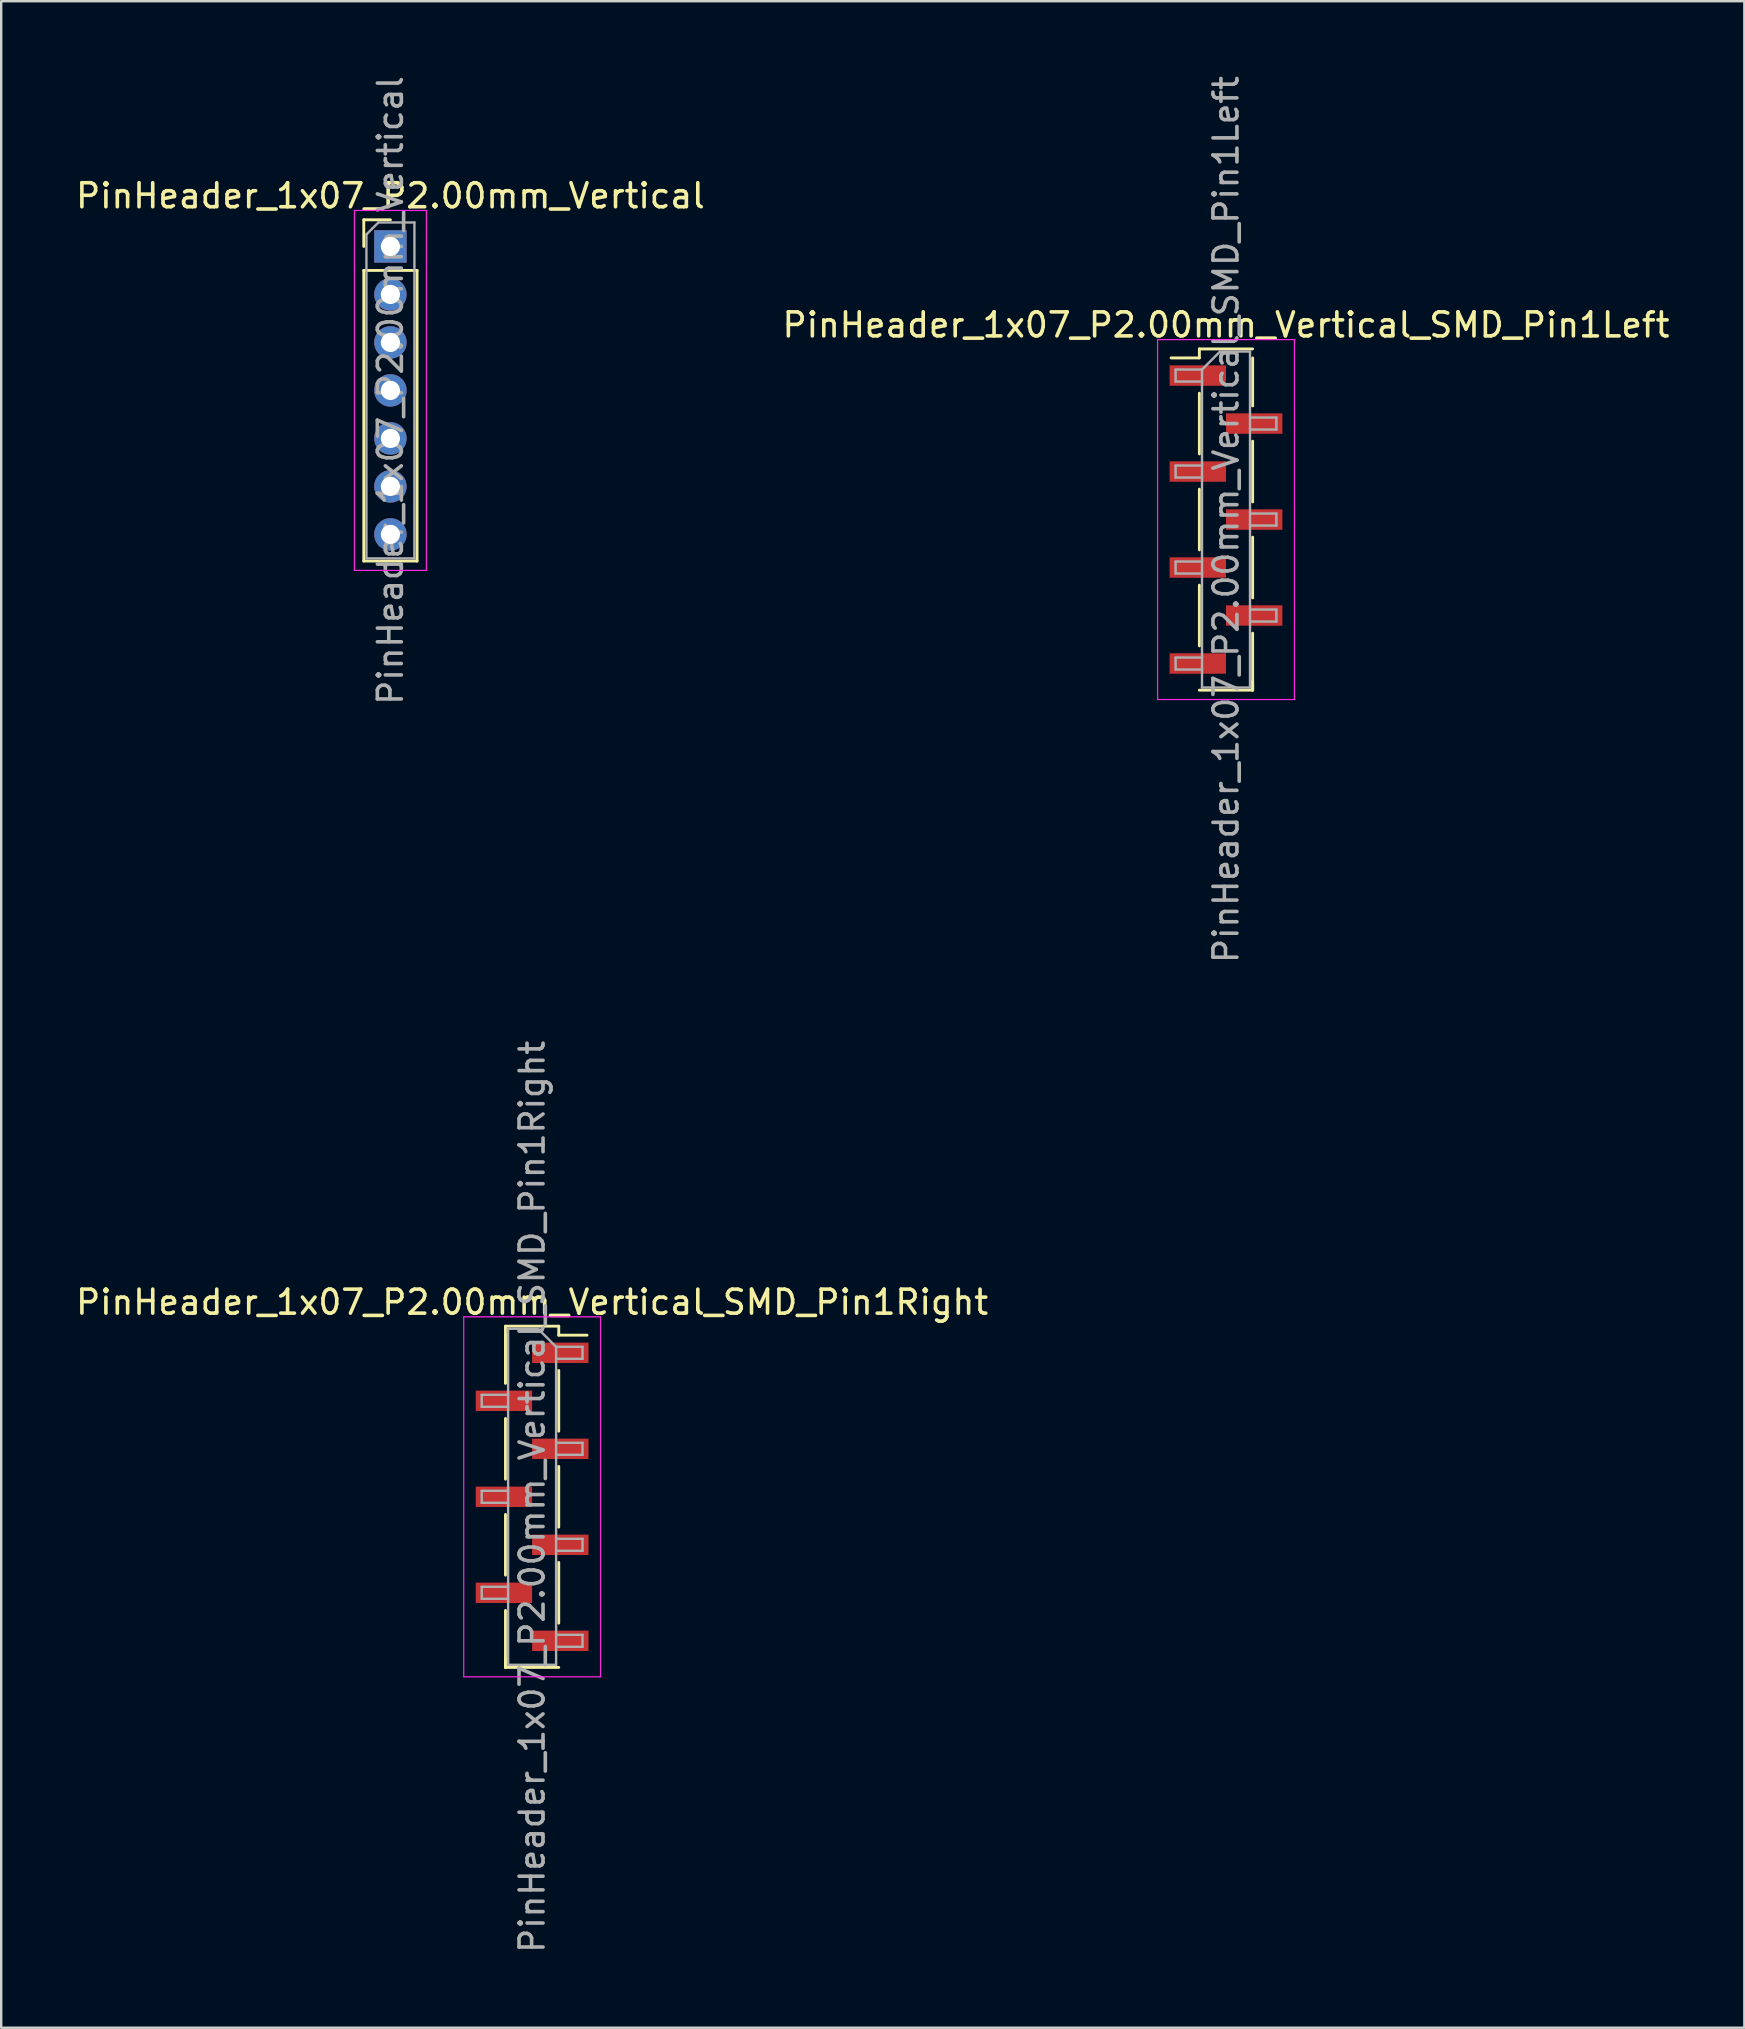
<source format=kicad_pcb>
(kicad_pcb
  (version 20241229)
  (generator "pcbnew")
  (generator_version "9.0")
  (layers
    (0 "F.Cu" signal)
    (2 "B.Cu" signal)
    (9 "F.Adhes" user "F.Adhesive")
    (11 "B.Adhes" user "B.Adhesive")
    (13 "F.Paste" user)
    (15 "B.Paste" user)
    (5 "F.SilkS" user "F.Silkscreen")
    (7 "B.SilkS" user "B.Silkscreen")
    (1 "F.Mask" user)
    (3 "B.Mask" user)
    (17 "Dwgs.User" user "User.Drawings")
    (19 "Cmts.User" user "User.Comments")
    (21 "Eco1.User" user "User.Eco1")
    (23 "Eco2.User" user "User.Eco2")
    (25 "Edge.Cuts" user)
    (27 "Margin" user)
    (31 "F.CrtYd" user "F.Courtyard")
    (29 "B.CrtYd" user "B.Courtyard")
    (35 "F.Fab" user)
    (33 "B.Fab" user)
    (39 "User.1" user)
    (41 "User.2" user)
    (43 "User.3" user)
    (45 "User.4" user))
  (footprint "PinHeader_1x07_P2.00mm_Vertical_SMD_Pin1Left"
    (layer "F.Cu")
    (at 48.042 18.601)
    (property "Reference" "PinHeader_1x07_P2.00mm_Vertical_SMD_Pin1Left" (at 0 -8.11 0) (layer "F.SilkS") (effects (font (size 1 1) (thickness 0.15))))
    (attr smd)
    (fp_line (start -1.11 -7.11) (end -1.11 -6.735) (stroke (width 0.12) (type solid)) (layer "F.SilkS"))
    (fp_line (start -1.11 -7.11) (end 1.11 -7.11) (stroke (width 0.12) (type solid)) (layer "F.SilkS"))
    (fp_line (start -1.11 -6.735) (end -2.29 -6.735) (stroke (width 0.12) (type solid)) (layer "F.SilkS"))
    (fp_line (start -1.11 -5.265) (end -1.11 -2.735) (stroke (width 0.12) (type solid)) (layer "F.SilkS"))
    (fp_line (start -1.11 -1.265) (end -1.11 1.265) (stroke (width 0.12) (type solid)) (layer "F.SilkS"))
    (fp_line (start -1.11 2.735) (end -1.11 5.265) (stroke (width 0.12) (type solid)) (layer "F.SilkS"))
    (fp_line (start -1.11 7.11) (end 1.11 7.11) (stroke (width 0.12) (type solid)) (layer "F.SilkS"))
    (fp_line (start 1.11 -6.735) (end 1.11 -4.735) (stroke (width 0.12) (type solid)) (layer "F.SilkS"))
    (fp_line (start 1.11 -3.265) (end 1.11 -0.735) (stroke (width 0.12) (type solid)) (layer "F.SilkS"))
    (fp_line (start 1.11 0.735) (end 1.11 3.265) (stroke (width 0.12) (type solid)) (layer "F.SilkS"))
    (fp_line (start 1.11 4.735) (end 1.11 7.11) (stroke (width 0.12) (type solid)) (layer "F.SilkS"))
    (fp_line (start 1.11 6.735) (end 1.11 7.11) (stroke (width 0.12) (type solid)) (layer "F.SilkS"))
    (fp_line (start -2.85 -7.5) (end -2.85 7.5) (stroke (width 0.05) (type solid)) (layer "F.CrtYd"))
    (fp_line (start -2.85 7.5) (end 2.85 7.5) (stroke (width 0.05) (type solid)) (layer "F.CrtYd"))
    (fp_line (start 2.85 -7.5) (end -2.85 -7.5) (stroke (width 0.05) (type solid)) (layer "F.CrtYd"))
    (fp_line (start 2.85 7.5) (end 2.85 -7.5) (stroke (width 0.05) (type solid)) (layer "F.CrtYd"))
    (fp_line (start -2.1 -6.25) (end -2.1 -5.75) (stroke (width 0.1) (type solid)) (layer "F.Fab"))
    (fp_line (start -2.1 -5.75) (end -1 -5.75) (stroke (width 0.1) (type solid)) (layer "F.Fab"))
    (fp_line (start -2.1 -2.25) (end -2.1 -1.75) (stroke (width 0.1) (type solid)) (layer "F.Fab"))
    (fp_line (start -2.1 -1.75) (end -1 -1.75) (stroke (width 0.1) (type solid)) (layer "F.Fab"))
    (fp_line (start -2.1 1.75) (end -2.1 2.25) (stroke (width 0.1) (type solid)) (layer "F.Fab"))
    (fp_line (start -2.1 2.25) (end -1 2.25) (stroke (width 0.1) (type solid)) (layer "F.Fab"))
    (fp_line (start -2.1 5.75) (end -2.1 6.25) (stroke (width 0.1) (type solid)) (layer "F.Fab"))
    (fp_line (start -2.1 6.25) (end -1 6.25) (stroke (width 0.1) (type solid)) (layer "F.Fab"))
    (fp_line (start -1 -6.25) (end -2.1 -6.25) (stroke (width 0.1) (type solid)) (layer "F.Fab"))
    (fp_line (start -1 -6.25) (end -0.25 -7) (stroke (width 0.1) (type solid)) (layer "F.Fab"))
    (fp_line (start -1 -2.25) (end -2.1 -2.25) (stroke (width 0.1) (type solid)) (layer "F.Fab"))
    (fp_line (start -1 1.75) (end -2.1 1.75) (stroke (width 0.1) (type solid)) (layer "F.Fab"))
    (fp_line (start -1 5.75) (end -2.1 5.75) (stroke (width 0.1) (type solid)) (layer "F.Fab"))
    (fp_line (start -1 7) (end -1 -6.25) (stroke (width 0.1) (type solid)) (layer "F.Fab"))
    (fp_line (start -0.25 -7) (end 1 -7) (stroke (width 0.1) (type solid)) (layer "F.Fab"))
    (fp_line (start 1 -7) (end 1 7) (stroke (width 0.1) (type solid)) (layer "F.Fab"))
    (fp_line (start 1 -4.25) (end 2.1 -4.25) (stroke (width 0.1) (type solid)) (layer "F.Fab"))
    (fp_line (start 1 -0.25) (end 2.1 -0.25) (stroke (width 0.1) (type solid)) (layer "F.Fab"))
    (fp_line (start 1 3.75) (end 2.1 3.75) (stroke (width 0.1) (type solid)) (layer "F.Fab"))
    (fp_line (start 1 7) (end -1 7) (stroke (width 0.1) (type solid)) (layer "F.Fab"))
    (fp_line (start 2.1 -4.25) (end 2.1 -3.75) (stroke (width 0.1) (type solid)) (layer "F.Fab"))
    (fp_line (start 2.1 -3.75) (end 1 -3.75) (stroke (width 0.1) (type solid)) (layer "F.Fab"))
    (fp_line (start 2.1 -0.25) (end 2.1 0.25) (stroke (width 0.1) (type solid)) (layer "F.Fab"))
    (fp_line (start 2.1 0.25) (end 1 0.25) (stroke (width 0.1) (type solid)) (layer "F.Fab"))
    (fp_line (start 2.1 3.75) (end 2.1 4.25) (stroke (width 0.1) (type solid)) (layer "F.Fab"))
    (fp_line (start 2.1 4.25) (end 1 4.25) (stroke (width 0.1) (type solid)) (layer "F.Fab"))
    (fp_text user "${REFERENCE}" (at 0 0 90) (layer "F.Fab") (effects (font (size 1 1) (thickness 0.15))))
    (pad "1" smd rect (at -1.175 -6) (size 2.35 0.85) (layers "F.Cu" "F.Mask" "F.Paste"))
    (pad "2" smd rect (at 1.175 -4) (size 2.35 0.85) (layers "F.Cu" "F.Mask" "F.Paste"))
    (pad "3" smd rect (at -1.175 -2) (size 2.35 0.85) (layers "F.Cu" "F.Mask" "F.Paste"))
    (pad "4" smd rect (at 1.175 0) (size 2.35 0.85) (layers "F.Cu" "F.Mask" "F.Paste"))
    (pad "5" smd rect (at -1.175 2) (size 2.35 0.85) (layers "F.Cu" "F.Mask" "F.Paste"))
    (pad "6" smd rect (at 1.175 4) (size 2.35 0.85) (layers "F.Cu" "F.Mask" "F.Paste"))
    (pad "7" smd rect (at -1.175 6) (size 2.35 0.85) (layers "F.Cu" "F.Mask" "F.Paste")))
  (footprint "PinHeader_1x07_P2.00mm_Vertical"
    (layer "F.Cu")
    (at 13.22 7.22)
    (property "Reference" "PinHeader_1x07_P2.00mm_Vertical" (at 0 -2.11 0) (layer "F.SilkS") (effects (font (size 1 1) (thickness 0.15))))
    (attr through_hole)
    (fp_line (start -1.11 -1.11) (end 0 -1.11) (stroke (width 0.12) (type solid)) (layer "F.SilkS"))
    (fp_line (start -1.11 0) (end -1.11 -1.11) (stroke (width 0.12) (type solid)) (layer "F.SilkS"))
    (fp_line (start -1.11 1) (end -1.11 13.11) (stroke (width 0.12) (type solid)) (layer "F.SilkS"))
    (fp_line (start -1.11 1) (end 1.11 1) (stroke (width 0.12) (type solid)) (layer "F.SilkS"))
    (fp_line (start -1.11 13.11) (end 1.11 13.11) (stroke (width 0.12) (type solid)) (layer "F.SilkS"))
    (fp_line (start 1.11 1) (end 1.11 13.11) (stroke (width 0.12) (type solid)) (layer "F.SilkS"))
    (fp_line (start -1.5 -1.5) (end -1.5 13.5) (stroke (width 0.05) (type solid)) (layer "F.CrtYd"))
    (fp_line (start -1.5 13.5) (end 1.5 13.5) (stroke (width 0.05) (type solid)) (layer "F.CrtYd"))
    (fp_line (start 1.5 -1.5) (end -1.5 -1.5) (stroke (width 0.05) (type solid)) (layer "F.CrtYd"))
    (fp_line (start 1.5 13.5) (end 1.5 -1.5) (stroke (width 0.05) (type solid)) (layer "F.CrtYd"))
    (fp_line (start -1 -0.5) (end -0.5 -1) (stroke (width 0.1) (type solid)) (layer "F.Fab"))
    (fp_line (start -1 13) (end -1 -0.5) (stroke (width 0.1) (type solid)) (layer "F.Fab"))
    (fp_line (start -0.5 -1) (end 1 -1) (stroke (width 0.1) (type solid)) (layer "F.Fab"))
    (fp_line (start 1 -1) (end 1 13) (stroke (width 0.1) (type solid)) (layer "F.Fab"))
    (fp_line (start 1 13) (end -1 13) (stroke (width 0.1) (type solid)) (layer "F.Fab"))
    (fp_text user "${REFERENCE}" (at 0 6 90) (layer "F.Fab") (effects (font (size 1 1) (thickness 0.15))))
    (pad "1" thru_hole rect (at 0 0) (size 1.35 1.35) (drill 0.8) (layers "*.Cu" "*.Mask"))
    (pad "2" thru_hole circle (at 0 2) (size 1.35 1.35) (drill 0.8) (layers "*.Cu" "*.Mask"))
    (pad "3" thru_hole circle (at 0 4) (size 1.35 1.35) (drill 0.8) (layers "*.Cu" "*.Mask"))
    (pad "4" thru_hole circle (at 0 6) (size 1.35 1.35) (drill 0.8) (layers "*.Cu" "*.Mask"))
    (pad "5" thru_hole circle (at 0 8) (size 1.35 1.35) (drill 0.8) (layers "*.Cu" "*.Mask"))
    (pad "6" thru_hole circle (at 0 10) (size 1.35 1.35) (drill 0.8) (layers "*.Cu" "*.Mask"))
    (pad "7" thru_hole circle (at 0 12) (size 1.35 1.35) (drill 0.8) (layers "*.Cu" "*.Mask")))
  (footprint "PinHeader_1x07_P2.00mm_Vertical_SMD_Pin1Right"
    (layer "F.Cu")
    (at 19.125 59.327)
    (property "Reference" "PinHeader_1x07_P2.00mm_Vertical_SMD_Pin1Right" (at 0 -8.11 0) (layer "F.SilkS") (effects (font (size 1 1) (thickness 0.15))))
    (attr smd)
    (fp_line (start -1.11 -7.11) (end -1.11 -4.735) (stroke (width 0.12) (type solid)) (layer "F.SilkS"))
    (fp_line (start -1.11 -7.11) (end 1.11 -7.11) (stroke (width 0.12) (type solid)) (layer "F.SilkS"))
    (fp_line (start -1.11 -6.735) (end -1.11 -4.735) (stroke (width 0.12) (type solid)) (layer "F.SilkS"))
    (fp_line (start -1.11 -3.265) (end -1.11 -0.735) (stroke (width 0.12) (type solid)) (layer "F.SilkS"))
    (fp_line (start -1.11 0.735) (end -1.11 3.265) (stroke (width 0.12) (type solid)) (layer "F.SilkS"))
    (fp_line (start -1.11 4.735) (end -1.11 7.11) (stroke (width 0.12) (type solid)) (layer "F.SilkS"))
    (fp_line (start -1.11 6.735) (end -1.11 7.11) (stroke (width 0.12) (type solid)) (layer "F.SilkS"))
    (fp_line (start -1.11 7.11) (end 1.11 7.11) (stroke (width 0.12) (type solid)) (layer "F.SilkS"))
    (fp_line (start 1.11 -7.11) (end 1.11 -6.735) (stroke (width 0.12) (type solid)) (layer "F.SilkS"))
    (fp_line (start 1.11 -6.735) (end 2.29 -6.735) (stroke (width 0.12) (type solid)) (layer "F.SilkS"))
    (fp_line (start 1.11 -5.265) (end 1.11 -2.735) (stroke (width 0.12) (type solid)) (layer "F.SilkS"))
    (fp_line (start 1.11 -1.265) (end 1.11 1.265) (stroke (width 0.12) (type solid)) (layer "F.SilkS"))
    (fp_line (start 1.11 2.735) (end 1.11 5.265) (stroke (width 0.12) (type solid)) (layer "F.SilkS"))
    (fp_line (start -2.85 -7.5) (end -2.85 7.5) (stroke (width 0.05) (type solid)) (layer "F.CrtYd"))
    (fp_line (start -2.85 7.5) (end 2.85 7.5) (stroke (width 0.05) (type solid)) (layer "F.CrtYd"))
    (fp_line (start 2.85 -7.5) (end -2.85 -7.5) (stroke (width 0.05) (type solid)) (layer "F.CrtYd"))
    (fp_line (start 2.85 7.5) (end 2.85 -7.5) (stroke (width 0.05) (type solid)) (layer "F.CrtYd"))
    (fp_line (start -2.1 -4.25) (end -2.1 -3.75) (stroke (width 0.1) (type solid)) (layer "F.Fab"))
    (fp_line (start -2.1 -3.75) (end -1 -3.75) (stroke (width 0.1) (type solid)) (layer "F.Fab"))
    (fp_line (start -2.1 -0.25) (end -2.1 0.25) (stroke (width 0.1) (type solid)) (layer "F.Fab"))
    (fp_line (start -2.1 0.25) (end -1 0.25) (stroke (width 0.1) (type solid)) (layer "F.Fab"))
    (fp_line (start -2.1 3.75) (end -2.1 4.25) (stroke (width 0.1) (type solid)) (layer "F.Fab"))
    (fp_line (start -2.1 4.25) (end -1 4.25) (stroke (width 0.1) (type solid)) (layer "F.Fab"))
    (fp_line (start -1 -7) (end -1 7) (stroke (width 0.1) (type solid)) (layer "F.Fab"))
    (fp_line (start -1 -7) (end 0.25 -7) (stroke (width 0.1) (type solid)) (layer "F.Fab"))
    (fp_line (start -1 -4.25) (end -2.1 -4.25) (stroke (width 0.1) (type solid)) (layer "F.Fab"))
    (fp_line (start -1 -0.25) (end -2.1 -0.25) (stroke (width 0.1) (type solid)) (layer "F.Fab"))
    (fp_line (start -1 3.75) (end -2.1 3.75) (stroke (width 0.1) (type solid)) (layer "F.Fab"))
    (fp_line (start 1 -6.25) (end 0.25 -7) (stroke (width 0.1) (type solid)) (layer "F.Fab"))
    (fp_line (start 1 -6.25) (end 2.1 -6.25) (stroke (width 0.1) (type solid)) (layer "F.Fab"))
    (fp_line (start 1 -2.25) (end 2.1 -2.25) (stroke (width 0.1) (type solid)) (layer "F.Fab"))
    (fp_line (start 1 1.75) (end 2.1 1.75) (stroke (width 0.1) (type solid)) (layer "F.Fab"))
    (fp_line (start 1 5.75) (end 2.1 5.75) (stroke (width 0.1) (type solid)) (layer "F.Fab"))
    (fp_line (start 1 7) (end -1 7) (stroke (width 0.1) (type solid)) (layer "F.Fab"))
    (fp_line (start 1 7) (end 1 -6.25) (stroke (width 0.1) (type solid)) (layer "F.Fab"))
    (fp_line (start 2.1 -6.25) (end 2.1 -5.75) (stroke (width 0.1) (type solid)) (layer "F.Fab"))
    (fp_line (start 2.1 -5.75) (end 1 -5.75) (stroke (width 0.1) (type solid)) (layer "F.Fab"))
    (fp_line (start 2.1 -2.25) (end 2.1 -1.75) (stroke (width 0.1) (type solid)) (layer "F.Fab"))
    (fp_line (start 2.1 -1.75) (end 1 -1.75) (stroke (width 0.1) (type solid)) (layer "F.Fab"))
    (fp_line (start 2.1 1.75) (end 2.1 2.25) (stroke (width 0.1) (type solid)) (layer "F.Fab"))
    (fp_line (start 2.1 2.25) (end 1 2.25) (stroke (width 0.1) (type solid)) (layer "F.Fab"))
    (fp_line (start 2.1 5.75) (end 2.1 6.25) (stroke (width 0.1) (type solid)) (layer "F.Fab"))
    (fp_line (start 2.1 6.25) (end 1 6.25) (stroke (width 0.1) (type solid)) (layer "F.Fab"))
    (fp_text user "${REFERENCE}" (at 0 0 90) (layer "F.Fab") (effects (font (size 1 1) (thickness 0.15))))
    (pad "1" smd rect (at 1.175 -6) (size 2.35 0.85) (layers "F.Cu" "F.Mask" "F.Paste"))
    (pad "2" smd rect (at -1.175 -4) (size 2.35 0.85) (layers "F.Cu" "F.Mask" "F.Paste"))
    (pad "3" smd rect (at 1.175 -2) (size 2.35 0.85) (layers "F.Cu" "F.Mask" "F.Paste"))
    (pad "4" smd rect (at -1.175 0) (size 2.35 0.85) (layers "F.Cu" "F.Mask" "F.Paste"))
    (pad "5" smd rect (at 1.175 2) (size 2.35 0.85) (layers "F.Cu" "F.Mask" "F.Paste"))
    (pad "6" smd rect (at -1.175 4) (size 2.35 0.85) (layers "F.Cu" "F.Mask" "F.Paste"))
    (pad "7" smd rect (at 1.175 6) (size 2.35 0.85) (layers "F.Cu" "F.Mask" "F.Paste")))
  (gr_rect
    (start -3 -3)
    (end 69.643 81.452)
    (stroke (width 0.1) (type default))
    (fill no)
    (layer "Edge.Cuts")))
</source>
